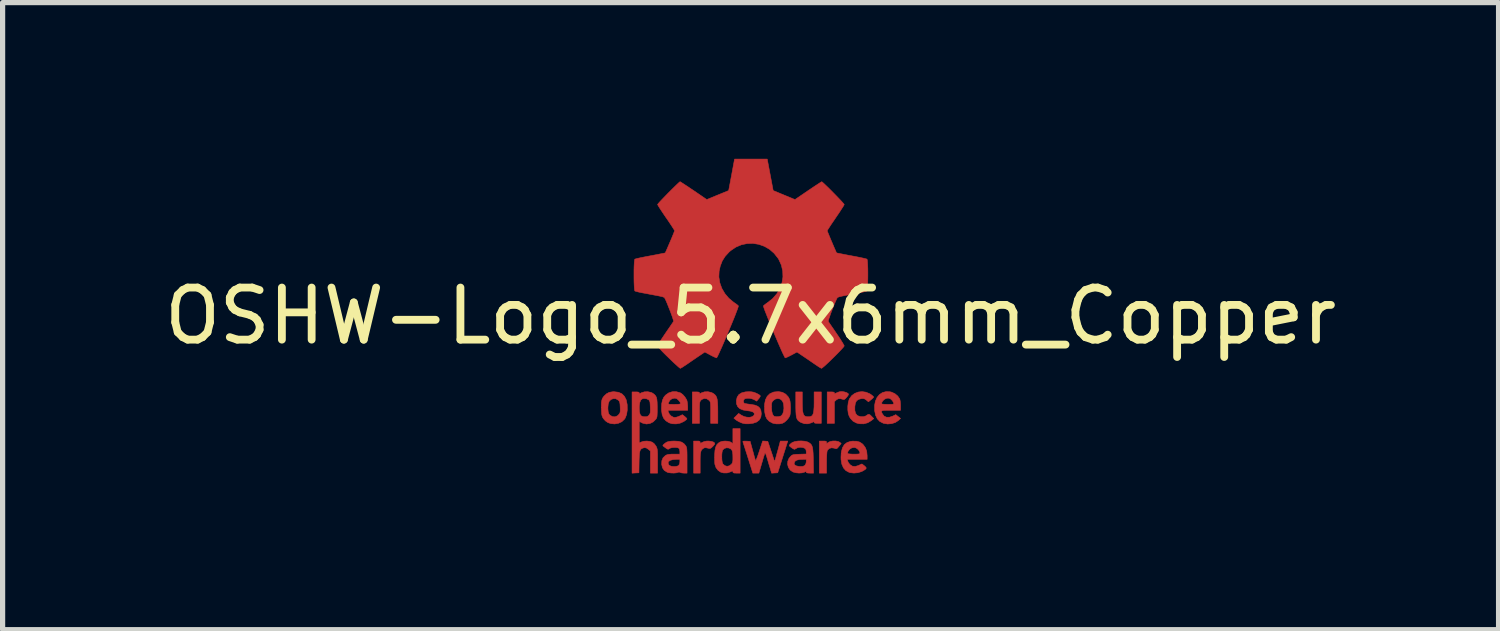
<source format=kicad_pcb>
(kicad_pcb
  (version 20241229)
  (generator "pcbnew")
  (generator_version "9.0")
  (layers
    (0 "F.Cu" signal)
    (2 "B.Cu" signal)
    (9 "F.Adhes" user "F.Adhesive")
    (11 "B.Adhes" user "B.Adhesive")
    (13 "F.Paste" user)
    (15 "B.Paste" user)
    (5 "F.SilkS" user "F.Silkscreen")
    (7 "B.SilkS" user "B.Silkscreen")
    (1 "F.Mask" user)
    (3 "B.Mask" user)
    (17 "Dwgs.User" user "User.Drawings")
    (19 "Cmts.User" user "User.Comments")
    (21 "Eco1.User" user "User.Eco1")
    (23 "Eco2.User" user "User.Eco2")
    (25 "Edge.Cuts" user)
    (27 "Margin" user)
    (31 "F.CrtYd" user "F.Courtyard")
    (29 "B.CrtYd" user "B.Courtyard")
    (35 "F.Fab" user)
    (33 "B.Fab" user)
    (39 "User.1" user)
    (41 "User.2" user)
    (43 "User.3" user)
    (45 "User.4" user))
  (footprint "OSHW-Logo_5.7x6mm_Copper"
    (layer "F.Cu")
    (at 11.363 3.017)
    (property "Reference" "OSHW-Logo_5.7x6mm_Copper" (at 0 0 0) (layer "F.SilkS") (effects (font (size 1 1) (thickness 0.15))))
    (attr exclude_from_pos_files exclude_from_bom)
    (fp_poly (pts (xy 1.799 1.458) (xy 1.843 1.471) (xy 1.871 1.488) (xy 1.88 1.501) (xy 1.877 1.517) (xy 1.861 1.541) (xy 1.847 1.559) (xy 1.819 1.59) (xy 1.798 1.604) (xy 1.78 1.603) (xy 1.726 1.589) (xy 1.687 1.59) (xy 1.655 1.605) (xy 1.644 1.614) (xy 1.61 1.646) (xy 1.61 2.062) (xy 1.471 2.062) (xy 1.471 1.459) (xy 1.54 1.459) (xy 1.582 1.46) (xy 1.603 1.466) (xy 1.61 1.477) (xy 1.61 1.478) (xy 1.612 1.49) (xy 1.626 1.488) (xy 1.644 1.48) (xy 1.682 1.464) (xy 1.713 1.454) (xy 1.753 1.451) (xy 1.799 1.458)) (stroke (width 0.01) (type solid)) (fill yes) (layer "F.Cu"))
    (fp_poly (pts (xy 1.635 2.401) (xy 1.684 2.411) (xy 1.711 2.425) (xy 1.74 2.449) (xy 1.699 2.501) (xy 1.673 2.532) (xy 1.656 2.547) (xy 1.639 2.55) (xy 1.614 2.542) (xy 1.602 2.538) (xy 1.554 2.532) (xy 1.51 2.545) (xy 1.478 2.576) (xy 1.473 2.585) (xy 1.467 2.611) (xy 1.463 2.659) (xy 1.46 2.725) (xy 1.459 2.806) (xy 1.459 2.817) (xy 1.459 3.018) (xy 1.32 3.018) (xy 1.32 2.402) (xy 1.389 2.402) (xy 1.429 2.403) (xy 1.45 2.407) (xy 1.458 2.418) (xy 1.459 2.428) (xy 1.459 2.454) (xy 1.492 2.428) (xy 1.53 2.41) (xy 1.581 2.401) (xy 1.635 2.401)) (stroke (width 0.01) (type solid)) (fill yes) (layer "F.Cu"))
    (fp_poly (pts (xy -0.993 2.403) (xy -0.975 2.409) (xy -0.968 2.421) (xy -0.968 2.427) (xy -0.967 2.442) (xy -0.96 2.445) (xy -0.939 2.434) (xy -0.927 2.427) (xy -0.889 2.411) (xy -0.844 2.403) (xy -0.797 2.403) (xy -0.752 2.409) (xy -0.716 2.42) (xy -0.693 2.436) (xy -0.688 2.456) (xy -0.69 2.462) (xy -0.707 2.485) (xy -0.733 2.513) (xy -0.738 2.517) (xy -0.762 2.538) (xy -0.784 2.545) (xy -0.814 2.54) (xy -0.826 2.537) (xy -0.863 2.529) (xy -0.889 2.533) (xy -0.911 2.545) (xy -0.931 2.561) (xy -0.946 2.581) (xy -0.956 2.609) (xy -0.963 2.648) (xy -0.967 2.704) (xy -0.968 2.779) (xy -0.968 2.824) (xy -0.968 3.018) (xy -1.094 3.018) (xy -1.094 2.402) (xy -1.031 2.402) (xy -0.993 2.403)) (stroke (width 0.01) (type solid)) (fill yes) (layer "F.Cu"))
    (fp_poly (pts (xy 0.993 1.654) (xy 0.995 1.747) (xy 0.999 1.817) (xy 1.008 1.867) (xy 1.022 1.902) (xy 1.042 1.923) (xy 1.071 1.933) (xy 1.107 1.936) (xy 1.144 1.933) (xy 1.172 1.922) (xy 1.192 1.9) (xy 1.206 1.865) (xy 1.214 1.814) (xy 1.219 1.742) (xy 1.22 1.654) (xy 1.22 1.459) (xy 1.358 1.459) (xy 1.358 2.062) (xy 1.289 2.062) (xy 1.247 2.06) (xy 1.226 2.055) (xy 1.22 2.043) (xy 1.216 2.033) (xy 1.202 2.035) (xy 1.173 2.05) (xy 1.106 2.071) (xy 1.036 2.07) (xy 0.968 2.046) (xy 0.936 2.027) (xy 0.912 2.007) (xy 0.894 1.982) (xy 0.881 1.947) (xy 0.874 1.901) (xy 0.87 1.839) (xy 0.868 1.758) (xy 0.868 1.695) (xy 0.868 1.459) (xy 0.993 1.459) (xy 0.993 1.654)) (stroke (width 0.01) (type solid)) (fill yes) (layer "F.Cu"))
    (fp_poly (pts (xy -0.754 1.469) (xy -0.723 1.484) (xy -0.692 1.506) (xy -0.669 1.53) (xy -0.652 1.562) (xy -0.641 1.604) (xy -0.634 1.66) (xy -0.63 1.734) (xy -0.629 1.829) (xy -0.629 1.839) (xy -0.629 2.062) (xy -0.767 2.062) (xy -0.767 1.856) (xy -0.767 1.78) (xy -0.768 1.725) (xy -0.77 1.687) (xy -0.773 1.661) (xy -0.779 1.643) (xy -0.788 1.63) (xy -0.8 1.618) (xy -0.843 1.59) (xy -0.89 1.585) (xy -0.934 1.602) (xy -0.95 1.615) (xy -0.961 1.627) (xy -0.969 1.641) (xy -0.975 1.659) (xy -0.978 1.686) (xy -0.98 1.726) (xy -0.981 1.784) (xy -0.981 1.854) (xy -0.981 2.062) (xy -1.119 2.062) (xy -1.119 1.459) (xy -1.05 1.459) (xy -1.008 1.46) (xy -0.987 1.466) (xy -0.981 1.477) (xy -0.981 1.478) (xy -0.978 1.489) (xy -0.965 1.488) (xy -0.94 1.475) (xy -0.883 1.457) (xy -0.817 1.455) (xy -0.754 1.469)) (stroke (width 0.01) (type solid)) (fill yes) (layer "F.Cu"))
    (fp_poly (pts (xy 2.217 1.464) (xy 2.29 1.495) (xy 2.313 1.51) (xy 2.342 1.533) (xy 2.361 1.551) (xy 2.364 1.557) (xy 2.355 1.57) (xy 2.332 1.593) (xy 2.313 1.608) (xy 2.263 1.649) (xy 2.223 1.615) (xy 2.192 1.594) (xy 2.162 1.586) (xy 2.127 1.588) (xy 2.073 1.602) (xy 2.035 1.63) (xy 2.012 1.675) (xy 2.002 1.741) (xy 2.002 1.741) (xy 2.002 1.815) (xy 2.016 1.869) (xy 2.044 1.906) (xy 2.063 1.918) (xy 2.114 1.934) (xy 2.168 1.934) (xy 2.215 1.919) (xy 2.226 1.911) (xy 2.253 1.893) (xy 2.275 1.889) (xy 2.299 1.903) (xy 2.325 1.929) (xy 2.366 1.971) (xy 2.32 2.008) (xy 2.25 2.051) (xy 2.17 2.072) (xy 2.087 2.07) (xy 2.033 2.056) (xy 1.969 2.022) (xy 1.918 1.968) (xy 1.895 1.93) (xy 1.876 1.876) (xy 1.867 1.806) (xy 1.867 1.731) (xy 1.876 1.659) (xy 1.894 1.599) (xy 1.897 1.593) (xy 1.94 1.532) (xy 1.998 1.488) (xy 2.067 1.461) (xy 2.141 1.453) (xy 2.217 1.464)) (stroke (width 0.01) (type solid)) (fill yes) (layer "F.Cu"))
    (fp_poly (pts (xy 0.611 1.466) (xy 0.674 1.501) (xy 0.724 1.555) (xy 0.748 1.6) (xy 0.758 1.639) (xy 0.764 1.695) (xy 0.767 1.76) (xy 0.766 1.824) (xy 0.761 1.881) (xy 0.755 1.912) (xy 0.734 1.953) (xy 0.698 1.997) (xy 0.656 2.036) (xy 0.613 2.061) (xy 0.612 2.061) (xy 0.56 2.072) (xy 0.497 2.073) (xy 0.438 2.063) (xy 0.415 2.055) (xy 0.356 2.021) (xy 0.314 1.978) (xy 0.286 1.92) (xy 0.271 1.844) (xy 0.267 1.804) (xy 0.268 1.754) (xy 0.402 1.754) (xy 0.407 1.827) (xy 0.42 1.882) (xy 0.441 1.918) (xy 0.456 1.928) (xy 0.493 1.935) (xy 0.539 1.933) (xy 0.577 1.923) (xy 0.588 1.917) (xy 0.615 1.885) (xy 0.632 1.835) (xy 0.64 1.774) (xy 0.636 1.708) (xy 0.628 1.669) (xy 0.604 1.624) (xy 0.567 1.595) (xy 0.522 1.586) (xy 0.475 1.596) (xy 0.439 1.621) (xy 0.42 1.642) (xy 0.409 1.662) (xy 0.404 1.69) (xy 0.402 1.733) (xy 0.402 1.754) (xy 0.268 1.754) (xy 0.268 1.698) (xy 0.285 1.611) (xy 0.319 1.543) (xy 0.369 1.494) (xy 0.435 1.464) (xy 0.45 1.46) (xy 0.535 1.452) (xy 0.611 1.466)) (stroke (width 0.01) (type solid)) (fill yes) (layer "F.Cu"))
    (fp_poly (pts (xy 0.282 2.404) (xy 0.331 2.408) (xy 0.461 2.798) (xy 0.482 2.729) (xy 0.494 2.686) (xy 0.51 2.628) (xy 0.528 2.565) (xy 0.537 2.531) (xy 0.571 2.402) (xy 0.714 2.402) (xy 0.672 2.537) (xy 0.651 2.603) (xy 0.625 2.684) (xy 0.599 2.767) (xy 0.575 2.842) (xy 0.521 3.012) (xy 0.463 3.015) (xy 0.404 3.019) (xy 0.373 2.915) (xy 0.353 2.85) (xy 0.332 2.778) (xy 0.313 2.715) (xy 0.313 2.713) (xy 0.299 2.67) (xy 0.286 2.641) (xy 0.278 2.63) (xy 0.276 2.631) (xy 0.27 2.648) (xy 0.258 2.685) (xy 0.242 2.736) (xy 0.224 2.798) (xy 0.214 2.832) (xy 0.159 3.018) (xy 0.043 3.018) (xy -0.049 2.725) (xy -0.075 2.643) (xy -0.099 2.569) (xy -0.119 2.506) (xy -0.135 2.457) (xy -0.145 2.426) (xy -0.148 2.417) (xy -0.146 2.407) (xy -0.127 2.403) (xy -0.087 2.404) (xy -0.081 2.404) (xy -0.008 2.408) (xy 0.04 2.584) (xy 0.058 2.648) (xy 0.073 2.705) (xy 0.086 2.748) (xy 0.094 2.775) (xy 0.095 2.779) (xy 0.101 2.774) (xy 0.113 2.749) (xy 0.13 2.706) (xy 0.15 2.65) (xy 0.167 2.599) (xy 0.232 2.401) (xy 0.282 2.404)) (stroke (width 0.01) (type solid)) (fill yes) (layer "F.Cu"))
    (fp_poly (pts (xy -2.538 1.465) (xy -2.472 1.494) (xy -2.423 1.543) (xy -2.388 1.611) (xy -2.37 1.699) (xy -2.369 1.712) (xy -2.368 1.809) (xy -2.381 1.894) (xy -2.408 1.962) (xy -2.423 1.984) (xy -2.473 2.031) (xy -2.538 2.061) (xy -2.61 2.074) (xy -2.683 2.067) (xy -2.739 2.048) (xy -2.787 2.015) (xy -2.826 1.971) (xy -2.827 1.97) (xy -2.843 1.943) (xy -2.853 1.916) (xy -2.86 1.882) (xy -2.863 1.834) (xy -2.865 1.795) (xy -2.866 1.759) (xy -2.74 1.759) (xy -2.739 1.795) (xy -2.734 1.842) (xy -2.726 1.872) (xy -2.712 1.894) (xy -2.699 1.907) (xy -2.652 1.933) (xy -2.603 1.937) (xy -2.557 1.918) (xy -2.534 1.896) (xy -2.517 1.875) (xy -2.507 1.854) (xy -2.503 1.828) (xy -2.503 1.788) (xy -2.504 1.751) (xy -2.507 1.698) (xy -2.512 1.664) (xy -2.52 1.641) (xy -2.533 1.624) (xy -2.544 1.615) (xy -2.589 1.589) (xy -2.637 1.588) (xy -2.678 1.603) (xy -2.713 1.635) (xy -2.733 1.687) (xy -2.74 1.759) (xy -2.866 1.759) (xy -2.866 1.717) (xy -2.864 1.658) (xy -2.856 1.614) (xy -2.843 1.579) (xy -2.822 1.549) (xy -2.814 1.539) (xy -2.766 1.494) (xy -2.714 1.467) (xy -2.651 1.456) (xy -2.62 1.455) (xy -2.538 1.465)) (stroke (width 0.01) (type solid)) (fill yes) (layer "F.Cu"))
    (fp_poly (pts (xy -0.201 3.018) (xy -0.27 3.018) (xy -0.31 3.017) (xy -0.331 3.012) (xy -0.339 3.001) (xy -0.34 2.994) (xy -0.341 2.98) (xy -0.349 2.977) (xy -0.37 2.986) (xy -0.386 2.994) (xy -0.449 3.014) (xy -0.517 3.015) (xy -0.573 3) (xy -0.624 2.965) (xy -0.664 2.913) (xy -0.685 2.851) (xy -0.686 2.848) (xy -0.689 2.811) (xy -0.691 2.757) (xy -0.691 2.716) (xy -0.553 2.716) (xy -0.55 2.77) (xy -0.543 2.815) (xy -0.533 2.84) (xy -0.496 2.874) (xy -0.452 2.887) (xy -0.407 2.877) (xy -0.368 2.847) (xy -0.353 2.827) (xy -0.345 2.803) (xy -0.34 2.768) (xy -0.34 2.716) (xy -0.341 2.664) (xy -0.346 2.619) (xy -0.353 2.588) (xy -0.354 2.585) (xy -0.38 2.553) (xy -0.42 2.535) (xy -0.463 2.532) (xy -0.504 2.545) (xy -0.534 2.573) (xy -0.537 2.578) (xy -0.547 2.612) (xy -0.552 2.661) (xy -0.553 2.716) (xy -0.691 2.716) (xy -0.691 2.696) (xy -0.69 2.663) (xy -0.684 2.581) (xy -0.671 2.52) (xy -0.649 2.474) (xy -0.618 2.441) (xy -0.587 2.421) (xy -0.544 2.407) (xy -0.491 2.402) (xy -0.436 2.406) (xy -0.39 2.418) (xy -0.365 2.433) (xy -0.34 2.456) (xy -0.34 2.163) (xy -0.201 2.163) (xy -0.201 3.018)) (stroke (width 0.01) (type solid)) (fill yes) (layer "F.Cu"))
    (fp_poly (pts (xy 2.678 1.456) (xy 2.71 1.464) (xy 2.772 1.493) (xy 2.825 1.537) (xy 2.861 1.589) (xy 2.866 1.601) (xy 2.873 1.632) (xy 2.878 1.677) (xy 2.88 1.723) (xy 2.88 1.811) (xy 2.697 1.811) (xy 2.622 1.811) (xy 2.569 1.813) (xy 2.535 1.817) (xy 2.518 1.826) (xy 2.514 1.84) (xy 2.521 1.86) (xy 2.533 1.884) (xy 2.566 1.925) (xy 2.612 1.945) (xy 2.669 1.944) (xy 2.733 1.922) (xy 2.788 1.895) (xy 2.834 1.932) (xy 2.88 1.968) (xy 2.837 2.008) (xy 2.779 2.046) (xy 2.708 2.068) (xy 2.632 2.075) (xy 2.558 2.063) (xy 2.546 2.059) (xy 2.481 2.026) (xy 2.433 1.975) (xy 2.4 1.906) (xy 2.382 1.818) (xy 2.382 1.816) (xy 2.381 1.72) (xy 2.387 1.686) (xy 2.515 1.686) (xy 2.527 1.691) (xy 2.558 1.695) (xy 2.605 1.697) (xy 2.635 1.698) (xy 2.691 1.697) (xy 2.725 1.696) (xy 2.744 1.692) (xy 2.75 1.685) (xy 2.748 1.674) (xy 2.747 1.669) (xy 2.724 1.627) (xy 2.689 1.594) (xy 2.658 1.579) (xy 2.616 1.58) (xy 2.574 1.598) (xy 2.539 1.629) (xy 2.518 1.666) (xy 2.515 1.686) (xy 2.387 1.686) (xy 2.397 1.635) (xy 2.429 1.564) (xy 2.475 1.509) (xy 2.533 1.471) (xy 2.601 1.453) (xy 2.678 1.456)) (stroke (width 0.01) (type solid)) (fill yes) (layer "F.Cu"))
    (fp_poly (pts (xy 0.014 1.456) (xy 0.062 1.465) (xy 0.111 1.484) (xy 0.116 1.487) (xy 0.154 1.506) (xy 0.18 1.525) (xy 0.188 1.537) (xy 0.18 1.556) (xy 0.161 1.584) (xy 0.152 1.594) (xy 0.117 1.636) (xy 0.071 1.609) (xy 0.027 1.591) (xy -0.023 1.581) (xy -0.071 1.581) (xy -0.109 1.59) (xy -0.117 1.595) (xy -0.135 1.621) (xy -0.137 1.651) (xy -0.124 1.674) (xy -0.116 1.679) (xy -0.094 1.684) (xy -0.054 1.691) (xy -0.005 1.697) (xy 0.004 1.698) (xy 0.083 1.712) (xy 0.14 1.735) (xy 0.178 1.77) (xy 0.199 1.818) (xy 0.206 1.878) (xy 0.197 1.945) (xy 0.167 1.998) (xy 0.117 2.037) (xy 0.047 2.061) (xy -0.031 2.071) (xy -0.095 2.071) (xy -0.147 2.062) (xy -0.182 2.05) (xy -0.227 2.029) (xy -0.268 2.005) (xy -0.283 1.994) (xy -0.321 1.963) (xy -0.275 1.917) (xy -0.23 1.871) (xy -0.178 1.905) (xy -0.126 1.931) (xy -0.071 1.944) (xy -0.017 1.946) (xy 0.028 1.935) (xy 0.06 1.914) (xy 0.07 1.895) (xy 0.069 1.865) (xy 0.043 1.843) (xy -0.007 1.827) (xy -0.061 1.82) (xy -0.145 1.806) (xy -0.207 1.78) (xy -0.248 1.741) (xy -0.27 1.688) (xy -0.273 1.625) (xy -0.258 1.56) (xy -0.225 1.51) (xy -0.171 1.476) (xy -0.099 1.458) (xy -0.045 1.455) (xy 0.014 1.456)) (stroke (width 0.01) (type solid)) (fill yes) (layer "F.Cu"))
    (fp_poly (pts (xy 2.033 2.405) (xy 2.093 2.421) (xy 2.143 2.453) (xy 2.167 2.477) (xy 2.207 2.534) (xy 2.23 2.6) (xy 2.238 2.681) (xy 2.238 2.688) (xy 2.238 2.754) (xy 1.858 2.754) (xy 1.866 2.788) (xy 1.881 2.82) (xy 1.907 2.852) (xy 1.912 2.857) (xy 1.958 2.886) (xy 2.01 2.89) (xy 2.071 2.872) (xy 2.081 2.867) (xy 2.112 2.852) (xy 2.133 2.843) (xy 2.137 2.842) (xy 2.15 2.85) (xy 2.174 2.869) (xy 2.187 2.879) (xy 2.212 2.903) (xy 2.221 2.919) (xy 2.215 2.934) (xy 2.212 2.938) (xy 2.191 2.955) (xy 2.156 2.976) (xy 2.131 2.988) (xy 2.062 3.01) (xy 1.985 3.017) (xy 1.913 3.009) (xy 1.892 3.003) (xy 1.829 2.969) (xy 1.783 2.917) (xy 1.752 2.846) (xy 1.737 2.757) (xy 1.736 2.71) (xy 1.74 2.641) (xy 1.861 2.641) (xy 1.873 2.646) (xy 1.904 2.65) (xy 1.95 2.653) (xy 1.98 2.653) (xy 2.036 2.653) (xy 2.071 2.651) (xy 2.09 2.647) (xy 2.098 2.639) (xy 2.1 2.628) (xy 2.089 2.594) (xy 2.062 2.561) (xy 2.026 2.535) (xy 1.991 2.525) (xy 1.942 2.534) (xy 1.9 2.561) (xy 1.871 2.6) (xy 1.861 2.641) (xy 1.74 2.641) (xy 1.743 2.61) (xy 1.764 2.531) (xy 1.8 2.471) (xy 1.852 2.431) (xy 1.92 2.408) (xy 1.957 2.404) (xy 2.033 2.405)) (stroke (width 0.01) (type solid)) (fill yes) (layer "F.Cu"))
    (fp_poly (pts (xy -1.357 1.473) (xy -1.344 1.479) (xy -1.301 1.51) (xy -1.26 1.557) (xy -1.229 1.608) (xy -1.22 1.631) (xy -1.213 1.673) (xy -1.208 1.724) (xy -1.207 1.745) (xy -1.207 1.811) (xy -1.587 1.811) (xy -1.579 1.845) (xy -1.559 1.886) (xy -1.524 1.922) (xy -1.483 1.944) (xy -1.457 1.949) (xy -1.421 1.943) (xy -1.378 1.929) (xy -1.364 1.922) (xy -1.31 1.896) (xy -1.265 1.93) (xy -1.238 1.954) (xy -1.224 1.973) (xy -1.223 1.979) (xy -1.236 1.993) (xy -1.263 2.014) (xy -1.288 2.03) (xy -1.356 2.06) (xy -1.431 2.073) (xy -1.506 2.07) (xy -1.565 2.052) (xy -1.627 2.013) (xy -1.671 1.962) (xy -1.698 1.895) (xy -1.71 1.811) (xy -1.711 1.773) (xy -1.707 1.685) (xy -1.706 1.682) (xy -1.581 1.682) (xy -1.577 1.691) (xy -1.563 1.695) (xy -1.533 1.697) (xy -1.485 1.698) (xy -1.466 1.698) (xy -1.408 1.697) (xy -1.372 1.694) (xy -1.353 1.689) (xy -1.346 1.681) (xy -1.345 1.679) (xy -1.353 1.658) (xy -1.373 1.63) (xy -1.382 1.62) (xy -1.413 1.591) (xy -1.446 1.58) (xy -1.464 1.579) (xy -1.512 1.591) (xy -1.552 1.622) (xy -1.577 1.668) (xy -1.578 1.669) (xy -1.581 1.682) (xy -1.706 1.682) (xy -1.692 1.616) (xy -1.666 1.56) (xy -1.634 1.521) (xy -1.574 1.478) (xy -1.504 1.455) (xy -1.43 1.453) (xy -1.357 1.473)) (stroke (width 0.01) (type solid)) (fill yes) (layer "F.Cu"))
    (fp_poly (pts (xy 1.038 2.405) (xy 1.091 2.418) (xy 1.107 2.425) (xy 1.136 2.443) (xy 1.159 2.463) (xy 1.176 2.489) (xy 1.188 2.524) (xy 1.196 2.572) (xy 1.201 2.636) (xy 1.204 2.72) (xy 1.205 2.776) (xy 1.209 3.018) (xy 1.139 3.018) (xy 1.096 3.016) (xy 1.074 3.01) (xy 1.069 3) (xy 1.066 2.989) (xy 1.052 2.991) (xy 1.034 3) (xy 0.989 3.013) (xy 0.93 3.017) (xy 0.868 3.011) (xy 0.814 2.996) (xy 0.809 2.993) (xy 0.759 2.958) (xy 0.726 2.909) (xy 0.711 2.852) (xy 0.712 2.832) (xy 0.836 2.832) (xy 0.846 2.859) (xy 0.879 2.879) (xy 0.931 2.89) (xy 0.959 2.891) (xy 1.005 2.888) (xy 1.036 2.874) (xy 1.044 2.867) (xy 1.064 2.831) (xy 1.069 2.798) (xy 1.069 2.754) (xy 1.008 2.754) (xy 0.936 2.757) (xy 0.886 2.769) (xy 0.855 2.789) (xy 0.848 2.798) (xy 0.836 2.832) (xy 0.712 2.832) (xy 0.714 2.792) (xy 0.737 2.735) (xy 0.768 2.697) (xy 0.786 2.68) (xy 0.805 2.669) (xy 0.829 2.662) (xy 0.864 2.658) (xy 0.917 2.656) (xy 0.938 2.655) (xy 1.069 2.651) (xy 1.069 2.611) (xy 1.064 2.569) (xy 1.045 2.544) (xy 1.008 2.528) (xy 1.007 2.528) (xy 0.954 2.521) (xy 0.903 2.53) (xy 0.865 2.55) (xy 0.849 2.56) (xy 0.833 2.558) (xy 0.807 2.544) (xy 0.792 2.534) (xy 0.763 2.512) (xy 0.745 2.496) (xy 0.742 2.491) (xy 0.754 2.467) (xy 0.789 2.438) (xy 0.805 2.428) (xy 0.849 2.412) (xy 0.908 2.402) (xy 0.974 2.4) (xy 1.038 2.405)) (stroke (width 0.01) (type solid)) (fill yes) (layer "F.Cu"))
    (fp_poly (pts (xy -1.384 2.407) (xy -1.325 2.422) (xy -1.28 2.451) (xy -1.248 2.488) (xy -1.238 2.504) (xy -1.231 2.521) (xy -1.226 2.543) (xy -1.223 2.573) (xy -1.221 2.615) (xy -1.22 2.674) (xy -1.22 2.753) (xy -1.22 2.774) (xy -1.22 3.018) (xy -1.28 3.018) (xy -1.319 3.015) (xy -1.347 3.008) (xy -1.354 3.004) (xy -1.374 2.997) (xy -1.394 3.004) (xy -1.426 3.013) (xy -1.474 3.017) (xy -1.527 3.015) (xy -1.575 3.009) (xy -1.603 3) (xy -1.658 2.965) (xy -1.692 2.916) (xy -1.707 2.852) (xy -1.707 2.85) (xy -1.706 2.822) (xy -1.584 2.822) (xy -1.574 2.854) (xy -1.556 2.873) (xy -1.522 2.886) (xy -1.476 2.892) (xy -1.429 2.889) (xy -1.392 2.878) (xy -1.381 2.871) (xy -1.363 2.839) (xy -1.358 2.802) (xy -1.358 2.754) (xy -1.428 2.754) (xy -1.494 2.759) (xy -1.544 2.773) (xy -1.575 2.796) (xy -1.584 2.822) (xy -1.706 2.822) (xy -1.704 2.78) (xy -1.681 2.724) (xy -1.637 2.682) (xy -1.631 2.678) (xy -1.605 2.665) (xy -1.573 2.658) (xy -1.528 2.654) (xy -1.474 2.653) (xy -1.358 2.653) (xy -1.358 2.604) (xy -1.363 2.567) (xy -1.376 2.541) (xy -1.377 2.54) (xy -1.405 2.529) (xy -1.447 2.525) (xy -1.494 2.527) (xy -1.535 2.535) (xy -1.56 2.547) (xy -1.573 2.557) (xy -1.587 2.559) (xy -1.607 2.551) (xy -1.636 2.531) (xy -1.68 2.497) (xy -1.684 2.494) (xy -1.682 2.482) (xy -1.665 2.463) (xy -1.638 2.441) (xy -1.61 2.423) (xy -1.6 2.419) (xy -1.567 2.41) (xy -1.519 2.404) (xy -1.465 2.402) (xy -1.462 2.402) (xy -1.384 2.407)) (stroke (width 0.01) (type solid)) (fill yes) (layer "F.Cu"))
    (fp_poly (pts (xy -1.909 1.469) (xy -1.882 1.482) (xy -1.85 1.505) (xy -1.826 1.53) (xy -1.809 1.561) (xy -1.799 1.603) (xy -1.794 1.66) (xy -1.792 1.736) (xy -1.792 1.769) (xy -1.792 1.841) (xy -1.794 1.892) (xy -1.796 1.927) (xy -1.802 1.952) (xy -1.81 1.97) (xy -1.818 1.982) (xy -1.87 2.034) (xy -1.932 2.065) (xy -1.999 2.075) (xy -2.066 2.061) (xy -2.087 2.051) (xy -2.138 2.025) (xy -2.138 2.44) (xy -2.101 2.421) (xy -2.052 2.406) (xy -1.992 2.402) (xy -1.932 2.409) (xy -1.886 2.425) (xy -1.849 2.455) (xy -1.817 2.498) (xy -1.814 2.502) (xy -1.804 2.523) (xy -1.797 2.544) (xy -1.791 2.57) (xy -1.788 2.604) (xy -1.786 2.651) (xy -1.786 2.715) (xy -1.786 2.787) (xy -1.786 3.018) (xy -1.924 3.018) (xy -1.924 2.593) (xy -1.963 2.56) (xy -2.003 2.534) (xy -2.041 2.529) (xy -2.079 2.541) (xy -2.099 2.553) (xy -2.115 2.57) (xy -2.125 2.596) (xy -2.133 2.634) (xy -2.137 2.688) (xy -2.14 2.761) (xy -2.141 2.81) (xy -2.144 3.012) (xy -2.21 3.015) (xy -2.276 3.019) (xy -2.276 1.771) (xy -2.138 1.771) (xy -2.134 1.84) (xy -2.122 1.889) (xy -2.1 1.919) (xy -2.066 1.933) (xy -2.031 1.936) (xy -1.991 1.933) (xy -1.965 1.92) (xy -1.949 1.902) (xy -1.936 1.883) (xy -1.928 1.862) (xy -1.925 1.832) (xy -1.925 1.787) (xy -1.926 1.75) (xy -1.929 1.694) (xy -1.932 1.657) (xy -1.939 1.633) (xy -1.95 1.617) (xy -1.96 1.608) (xy -2.002 1.589) (xy -2.052 1.585) (xy -2.08 1.592) (xy -2.109 1.616) (xy -2.128 1.664) (xy -2.137 1.734) (xy -2.138 1.771) (xy -2.276 1.771) (xy -2.276 1.459) (xy -2.207 1.459) (xy -2.165 1.46) (xy -2.144 1.466) (xy -2.138 1.477) (xy -2.138 1.478) (xy -2.135 1.489) (xy -2.122 1.488) (xy -2.097 1.475) (xy -2.038 1.457) (xy -1.972 1.455) (xy -1.909 1.469)) (stroke (width 0.01) (type solid)) (fill yes) (layer "F.Cu"))
    (fp_poly (pts (xy 0.377 -2.71) (xy 0.434 -2.408) (xy 0.853 -2.235) (xy 1.105 -2.407) (xy 1.175 -2.454) (xy 1.239 -2.497) (xy 1.293 -2.532) (xy 1.334 -2.559) (xy 1.36 -2.574) (xy 1.367 -2.578) (xy 1.379 -2.569) (xy 1.406 -2.545) (xy 1.444 -2.509) (xy 1.491 -2.464) (xy 1.542 -2.413) (xy 1.596 -2.358) (xy 1.649 -2.304) (xy 1.698 -2.253) (xy 1.741 -2.208) (xy 1.773 -2.172) (xy 1.793 -2.148) (xy 1.798 -2.14) (xy 1.791 -2.125) (xy 1.772 -2.093) (xy 1.742 -2.047) (xy 1.705 -1.989) (xy 1.66 -1.923) (xy 1.635 -1.886) (xy 1.588 -1.817) (xy 1.546 -1.755) (xy 1.512 -1.703) (xy 1.487 -1.664) (xy 1.473 -1.641) (xy 1.471 -1.636) (xy 1.476 -1.622) (xy 1.489 -1.59) (xy 1.508 -1.544) (xy 1.531 -1.488) (xy 1.557 -1.427) (xy 1.583 -1.366) (xy 1.607 -1.31) (xy 1.628 -1.262) (xy 1.643 -1.228) (xy 1.651 -1.211) (xy 1.652 -1.211) (xy 1.665 -1.208) (xy 1.699 -1.201) (xy 1.75 -1.191) (xy 1.816 -1.178) (xy 1.893 -1.163) (xy 1.937 -1.155) (xy 2.019 -1.14) (xy 2.093 -1.125) (xy 2.155 -1.112) (xy 2.202 -1.101) (xy 2.23 -1.093) (xy 2.235 -1.091) (xy 2.241 -1.074) (xy 2.245 -1.037) (xy 2.248 -0.983) (xy 2.251 -0.917) (xy 2.252 -0.844) (xy 2.252 -0.767) (xy 2.251 -0.691) (xy 2.249 -0.621) (xy 2.246 -0.56) (xy 2.243 -0.514) (xy 2.238 -0.486) (xy 2.235 -0.48) (xy 2.217 -0.473) (xy 2.179 -0.463) (xy 2.127 -0.451) (xy 2.065 -0.439) (xy 2.043 -0.435) (xy 1.938 -0.415) (xy 1.855 -0.4) (xy 1.792 -0.388) (xy 1.745 -0.378) (xy 1.711 -0.37) (xy 1.689 -0.363) (xy 1.676 -0.357) (xy 1.667 -0.351) (xy 1.666 -0.35) (xy 1.655 -0.331) (xy 1.638 -0.294) (xy 1.616 -0.244) (xy 1.592 -0.185) (xy 1.567 -0.121) (xy 1.543 -0.058) (xy 1.522 0.001) (xy 1.505 0.05) (xy 1.494 0.086) (xy 1.492 0.104) (xy 1.492 0.104) (xy 1.501 0.119) (xy 1.523 0.151) (xy 1.554 0.197) (xy 1.593 0.253) (xy 1.637 0.318) (xy 1.649 0.336) (xy 1.694 0.402) (xy 1.733 0.462) (xy 1.765 0.513) (xy 1.787 0.552) (xy 1.798 0.574) (xy 1.798 0.576) (xy 1.789 0.591) (xy 1.765 0.619) (xy 1.729 0.658) (xy 1.683 0.706) (xy 1.632 0.758) (xy 1.577 0.812) (xy 1.523 0.865) (xy 1.472 0.913) (xy 1.427 0.955) (xy 1.391 0.985) (xy 1.368 1.003) (xy 1.362 1.006) (xy 1.347 0.999) (xy 1.316 0.981) (xy 1.275 0.954) (xy 1.244 0.933) (xy 1.187 0.894) (xy 1.119 0.847) (xy 1.051 0.801) (xy 1.014 0.776) (xy 0.891 0.693) (xy 0.787 0.749) (xy 0.74 0.773) (xy 0.7 0.792) (xy 0.672 0.803) (xy 0.665 0.805) (xy 0.657 0.794) (xy 0.641 0.762) (xy 0.617 0.713) (xy 0.588 0.649) (xy 0.555 0.574) (xy 0.518 0.489) (xy 0.48 0.399) (xy 0.441 0.306) (xy 0.402 0.213) (xy 0.365 0.123) (xy 0.331 0.039) (xy 0.301 -0.037) (xy 0.276 -0.1) (xy 0.258 -0.15) (xy 0.248 -0.182) (xy 0.246 -0.193) (xy 0.259 -0.206) (xy 0.288 -0.229) (xy 0.325 -0.256) (xy 0.329 -0.258) (xy 0.426 -0.336) (xy 0.505 -0.427) (xy 0.564 -0.528) (xy 0.603 -0.637) (xy 0.621 -0.749) (xy 0.617 -0.863) (xy 0.591 -0.976) (xy 0.542 -1.084) (xy 0.527 -1.108) (xy 0.452 -1.203) (xy 0.364 -1.28) (xy 0.265 -1.337) (xy 0.158 -1.375) (xy 0.047 -1.393) (xy -0.066 -1.39) (xy -0.176 -1.367) (xy -0.282 -1.322) (xy -0.38 -1.256) (xy -0.41 -1.23) (xy -0.488 -1.145) (xy -0.544 -1.057) (xy -0.582 -0.958) (xy -0.604 -0.86) (xy -0.609 -0.749) (xy -0.591 -0.638) (xy -0.553 -0.531) (xy -0.494 -0.43) (xy -0.418 -0.34) (xy -0.327 -0.264) (xy -0.315 -0.256) (xy -0.277 -0.23) (xy -0.248 -0.207) (xy -0.234 -0.193) (xy -0.234 -0.193) (xy -0.237 -0.177) (xy -0.248 -0.141) (xy -0.268 -0.089) (xy -0.293 -0.023) (xy -0.324 0.055) (xy -0.359 0.14) (xy -0.397 0.231) (xy -0.436 0.325) (xy -0.475 0.417) (xy -0.513 0.506) (xy -0.549 0.589) (xy -0.582 0.662) (xy -0.61 0.724) (xy -0.632 0.77) (xy -0.647 0.797) (xy -0.653 0.805) (xy -0.671 0.799) (xy -0.706 0.784) (xy -0.75 0.762) (xy -0.774 0.749) (xy -0.878 0.693) (xy -1.002 0.776) (xy -1.065 0.819) (xy -1.134 0.866) (xy -1.199 0.911) (xy -1.231 0.933) (xy -1.277 0.963) (xy -1.315 0.988) (xy -1.342 1.003) (xy -1.351 1.006) (xy -1.363 0.997) (xy -1.391 0.974) (xy -1.431 0.937) (xy -1.482 0.891) (xy -1.539 0.836) (xy -1.575 0.801) (xy -1.639 0.739) (xy -1.694 0.683) (xy -1.738 0.636) (xy -1.769 0.601) (xy -1.784 0.579) (xy -1.786 0.575) (xy -1.779 0.558) (xy -1.76 0.524) (xy -1.73 0.476) (xy -1.693 0.419) (xy -1.649 0.354) (xy -1.637 0.336) (xy -1.592 0.27) (xy -1.551 0.211) (xy -1.518 0.162) (xy -1.493 0.126) (xy -1.481 0.107) (xy -1.479 0.104) (xy -1.481 0.089) (xy -1.491 0.055) (xy -1.507 0.006) (xy -1.528 -0.052) (xy -1.552 -0.115) (xy -1.577 -0.178) (xy -1.601 -0.238) (xy -1.623 -0.29) (xy -1.641 -0.328) (xy -1.653 -0.349) (xy -1.654 -0.35) (xy -1.661 -0.356) (xy -1.674 -0.362) (xy -1.694 -0.369) (xy -1.725 -0.376) (xy -1.769 -0.386) (xy -1.829 -0.397) (xy -1.908 -0.412) (xy -2.009 -0.431) (xy -2.03 -0.435) (xy -2.095 -0.447) (xy -2.151 -0.459) (xy -2.194 -0.47) (xy -2.219 -0.478) (xy -2.222 -0.48) (xy -2.228 -0.497) (xy -2.232 -0.534) (xy -2.235 -0.588) (xy -2.238 -0.654) (xy -2.239 -0.728) (xy -2.239 -0.804) (xy -2.239 -0.88) (xy -2.237 -0.95) (xy -2.234 -1.011) (xy -2.23 -1.057) (xy -2.225 -1.085) (xy -2.223 -1.091) (xy -2.206 -1.096) (xy -2.169 -1.106) (xy -2.114 -1.118) (xy -2.045 -1.132) (xy -1.967 -1.147) (xy -1.925 -1.155) (xy -1.844 -1.17) (xy -1.772 -1.184) (xy -1.712 -1.196) (xy -1.668 -1.204) (xy -1.643 -1.21) (xy -1.639 -1.211) (xy -1.633 -1.224) (xy -1.618 -1.256) (xy -1.598 -1.302) (xy -1.574 -1.358) (xy -1.548 -1.418) (xy -1.522 -1.479) (xy -1.498 -1.536) (xy -1.479 -1.584) (xy -1.465 -1.619) (xy -1.459 -1.636) (xy -1.459 -1.637) (xy -1.465 -1.65) (xy -1.485 -1.681) (xy -1.514 -1.727) (xy -1.552 -1.784) (xy -1.596 -1.849) (xy -1.622 -1.886) (xy -1.669 -1.955) (xy -1.71 -2.017) (xy -1.745 -2.07) (xy -1.77 -2.11) (xy -1.784 -2.135) (xy -1.786 -2.14) (xy -1.777 -2.153) (xy -1.754 -2.18) (xy -1.718 -2.219) (xy -1.673 -2.266) (xy -1.623 -2.318) (xy -1.569 -2.373) (xy -1.516 -2.426) (xy -1.465 -2.476) (xy -1.421 -2.519) (xy -1.385 -2.553) (xy -1.362 -2.573) (xy -1.354 -2.578) (xy -1.341 -2.571) (xy -1.311 -2.552) (xy -1.265 -2.522) (xy -1.208 -2.485) (xy -1.142 -2.44) (xy -1.092 -2.407) (xy -0.841 -2.235) (xy -0.631 -2.322) (xy -0.421 -2.408) (xy -0.364 -2.71) (xy -0.308 -3.012) (xy 0.32 -3.012) (xy 0.377 -2.71)) (stroke (width 0.01) (type solid)) (fill yes) (layer "F.Cu")))
  (gr_rect
    (start -3 -3)
    (end 25.726 9.041)
    (stroke (width 0.1) (type default))
    (fill no)
    (layer "Edge.Cuts")))
</source>
